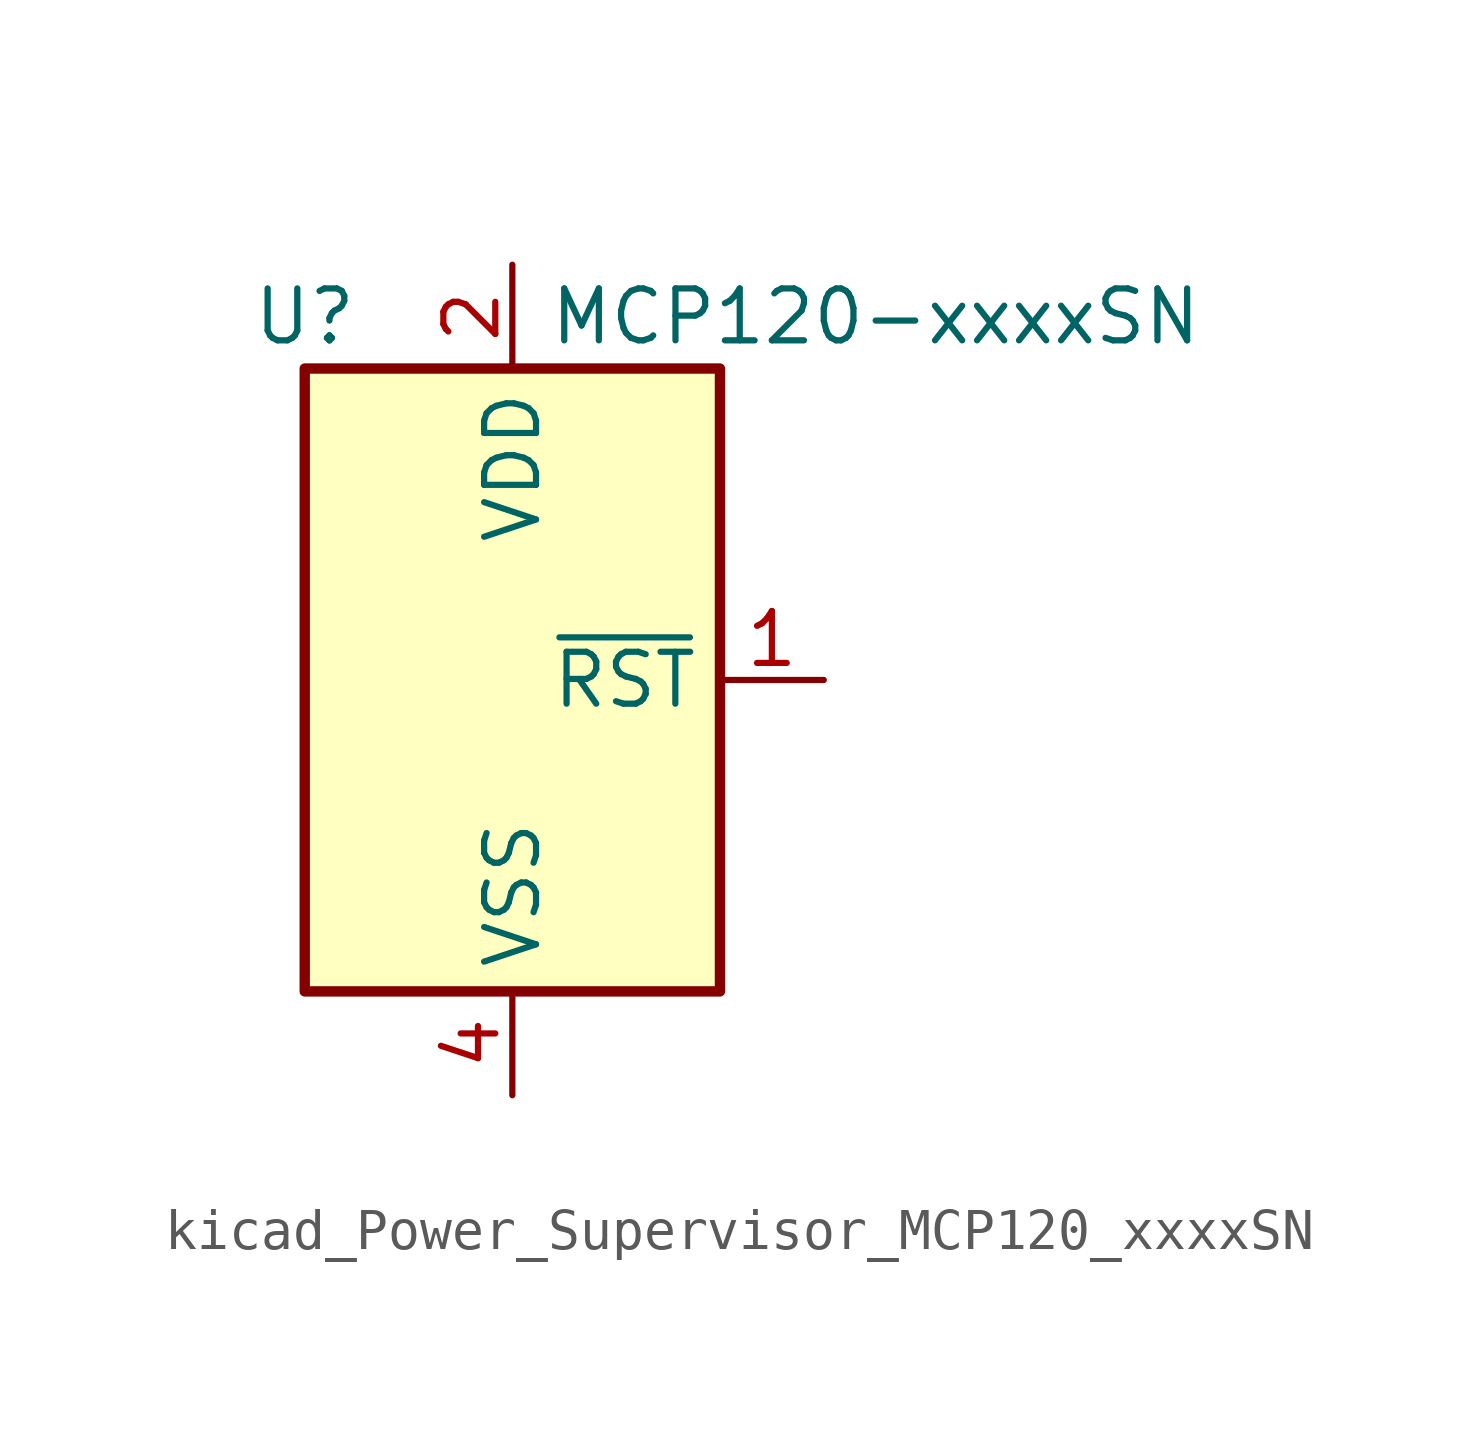
<source format=kicad_sym>
(kicad_symbol_lib
  (version 20220914)
  (generator kicad_symbol_editor)
  (symbol "kicad_Power_Supervisor_MCP120_xxxxSN"
    (property "Reference" "U"
      (at -5.08 8.89 0)
      (effects (font (size 1.27 1.27))))
    (property "Value" "MCP120-xxxxSN"
      (at 8.89 8.89 0)
      (effects (font (size 1.27 1.27))))
    (symbol "kicad_Power_Supervisor_MCP120_xxxxSN_0_1"
      (rectangle (start 5.08 7.62) (end -5.08 -7.62) (stroke (width 0.254) (type default)) (fill (type background))))
    (symbol "kicad_Power_Supervisor_MCP120_xxxxSN_1_1"
      (pin open_collector line (at 7.62 0 180) (length 2.54) (name "~{RST}" (effects (font (size 1.27 1.27)))) (number "1" (effects (font (size 1.27 1.27)))))
      (pin power_in line (at 0 10.16 270) (length 2.54) (name "VDD" (effects (font (size 1.27 1.27)))) (number "2" (effects (font (size 1.27 1.27)))))
      (pin no_connect line (at -5.08 5.08 0) (length 2.54) hide (name "NC" (effects (font (size 1.27 1.27)))) (number "3" (effects (font (size 1.27 1.27)))))
      (pin power_in line (at 0 -10.16 90) (length 2.54) (name "VSS" (effects (font (size 1.27 1.27)))) (number "4" (effects (font (size 1.27 1.27)))))
      (pin no_connect line (at -5.08 2.54 0) (length 2.54) hide (name "NC" (effects (font (size 1.27 1.27)))) (number "5" (effects (font (size 1.27 1.27)))))
      (pin no_connect line (at -5.08 0 0) (length 2.54) hide (name "NC" (effects (font (size 1.27 1.27)))) (number "6" (effects (font (size 1.27 1.27)))))
      (pin no_connect line (at -5.08 -2.54 0) (length 2.54) hide (name "NC" (effects (font (size 1.27 1.27)))) (number "7" (effects (font (size 1.27 1.27)))))
      (pin no_connect line (at -5.08 -5.08 0) (length 2.54) hide (name "NC" (effects (font (size 1.27 1.27)))) (number "8" (effects (font (size 1.27 1.27))))))))
</source>
